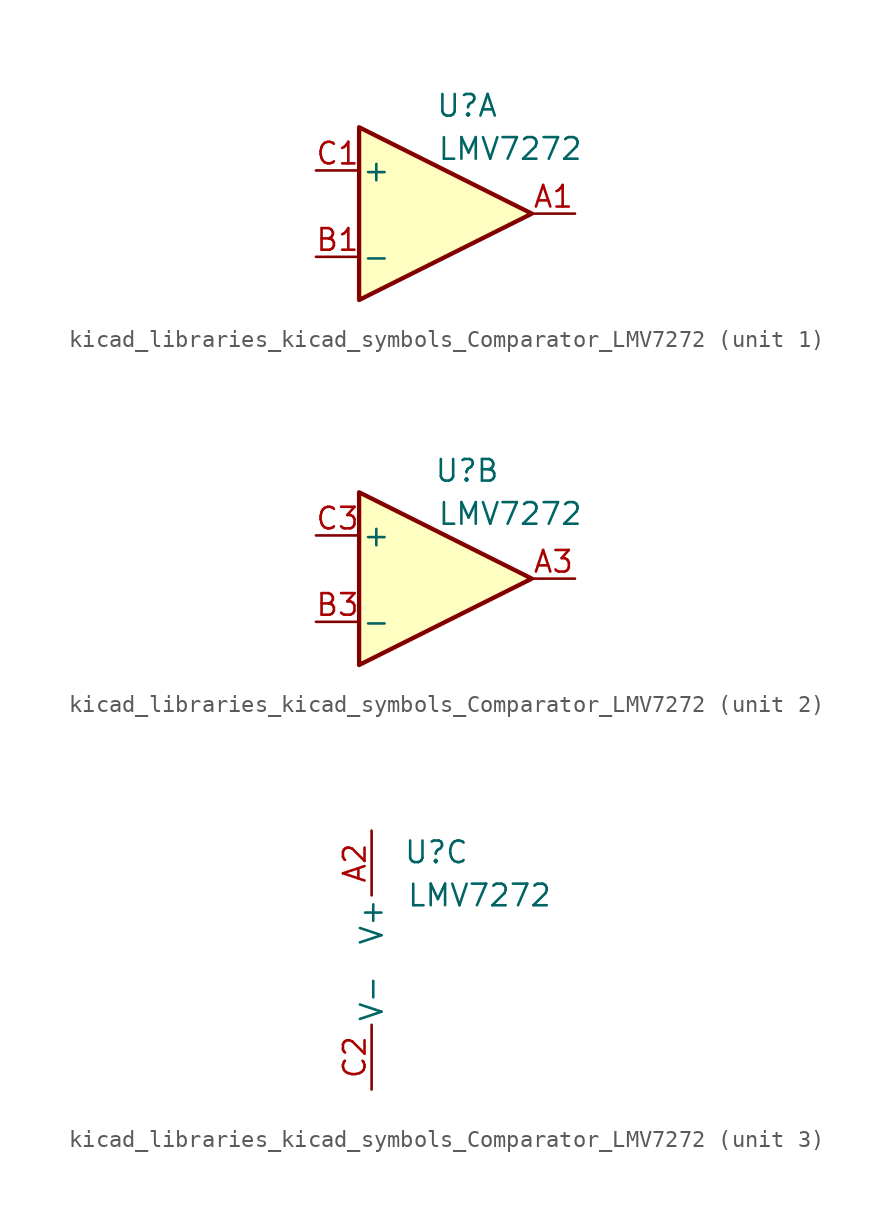
<source format=kicad_sym>
(kicad_symbol_lib
  (version 20220914)
  (generator kicad_symbol_editor)
  (symbol "kicad_libraries_kicad_symbols_Comparator_LMV7272"
    (pin_names
      (offset 0.127))
    (property "Reference" "U"
      (at 1.27 6.35 0)
      (effects (font (size 1.27 1.27))))
    (property "Value" "LMV7272"
      (at 3.81 3.81 0)
      (effects (font (size 1.27 1.27))))
    (property "ki_locked" ""
      (at 0 0 0)
      (effects (font (size 1.27 1.27))))
    (symbol "kicad_libraries_kicad_symbols_Comparator_LMV7272_1_1"
      (polyline (pts (xy -5.08 5.08) (xy 5.08 0) (xy -5.08 -5.08) (xy -5.08 5.08)) (stroke (width 0.254) (type default)) (fill (type background)))
      (pin output line (at 7.62 0 180) (length 2.54) (name "~" (effects (font (size 1.27 1.27)))) (number "A1" (effects (font (size 1.27 1.27)))))
      (pin input line (at -7.62 -2.54 0) (length 2.54) (name "-" (effects (font (size 1.27 1.27)))) (number "B1" (effects (font (size 1.27 1.27)))))
      (pin input line (at -7.62 2.54 0) (length 2.54) (name "+" (effects (font (size 1.27 1.27)))) (number "C1" (effects (font (size 1.27 1.27))))))
    (symbol "kicad_libraries_kicad_symbols_Comparator_LMV7272_2_1"
      (polyline (pts (xy -5.08 2.54) (xy -5.08 5.08) (xy 5.08 0) (xy -5.08 -5.08) (xy -5.08 2.54)) (stroke (width 0.254) (type default)) (fill (type background)))
      (pin output line (at 7.62 0 180) (length 2.54) (name "~" (effects (font (size 1.27 1.27)))) (number "A3" (effects (font (size 1.27 1.27)))))
      (pin input line (at -7.62 -2.54 0) (length 2.54) (name "-" (effects (font (size 1.27 1.27)))) (number "B3" (effects (font (size 1.27 1.27)))))
      (pin input line (at -7.62 2.54 0) (length 2.54) (name "+" (effects (font (size 1.27 1.27)))) (number "C3" (effects (font (size 1.27 1.27))))))
    (symbol "kicad_libraries_kicad_symbols_Comparator_LMV7272_3_1"
      (pin power_in line (at -2.54 7.62 270) (length 3.81) (name "V+" (effects (font (size 1.27 1.27)))) (number "A2" (effects (font (size 1.27 1.27)))))
      (pin power_in line (at -2.54 -7.62 90) (length 3.81) (name "V-" (effects (font (size 1.27 1.27)))) (number "C2" (effects (font (size 1.27 1.27))))))))
</source>
